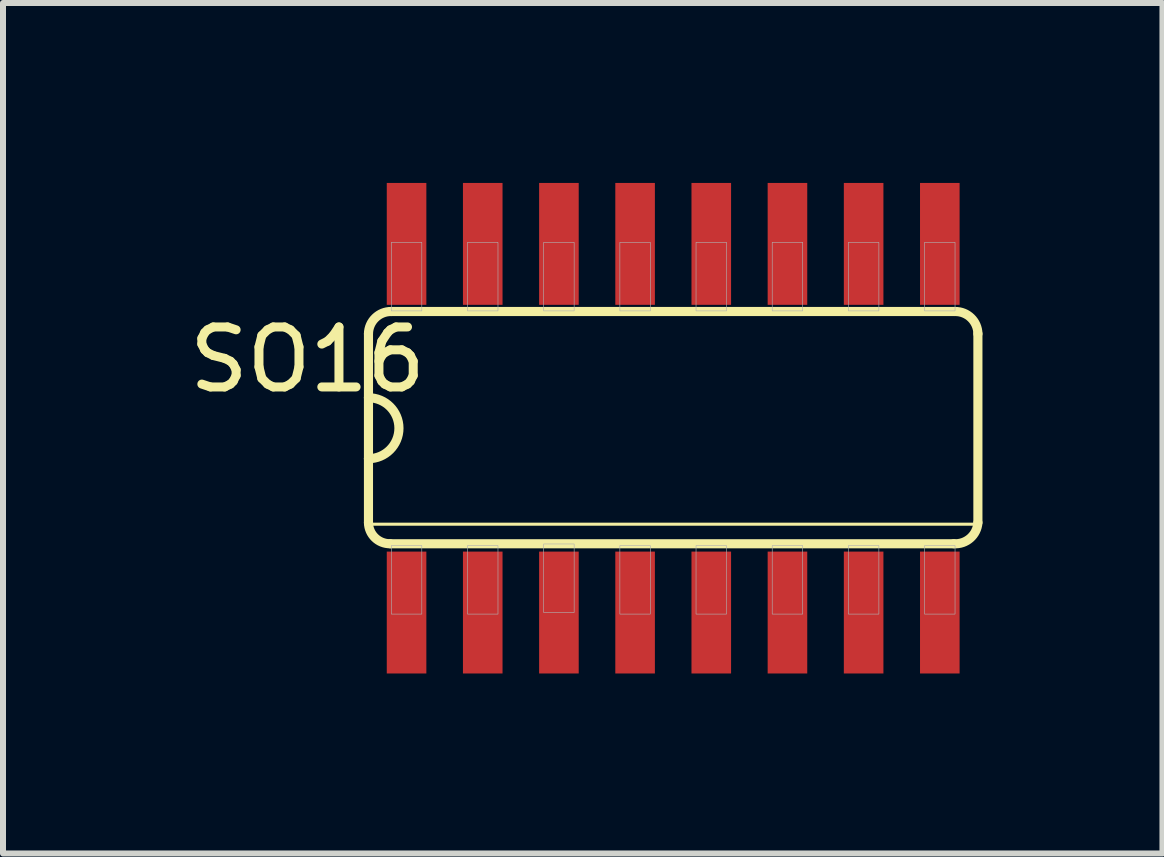
<source format=kicad_pcb>
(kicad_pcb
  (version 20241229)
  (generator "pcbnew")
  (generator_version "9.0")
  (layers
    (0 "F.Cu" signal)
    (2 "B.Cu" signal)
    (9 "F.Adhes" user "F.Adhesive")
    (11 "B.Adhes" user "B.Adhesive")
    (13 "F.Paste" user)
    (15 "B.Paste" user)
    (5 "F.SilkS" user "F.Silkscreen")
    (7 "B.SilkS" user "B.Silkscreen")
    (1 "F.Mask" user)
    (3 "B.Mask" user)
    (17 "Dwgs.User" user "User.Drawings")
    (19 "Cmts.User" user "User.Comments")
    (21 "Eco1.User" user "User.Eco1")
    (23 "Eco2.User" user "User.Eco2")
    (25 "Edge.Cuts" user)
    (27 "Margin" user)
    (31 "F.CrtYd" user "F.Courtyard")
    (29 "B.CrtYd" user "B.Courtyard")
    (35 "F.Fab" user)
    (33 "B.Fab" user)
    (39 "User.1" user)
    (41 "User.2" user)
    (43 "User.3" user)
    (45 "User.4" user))
  (footprint "SO16"
    (layer "F.Cu")
    (at 8.173 4.089)
    (property "Reference" "SO16" (at -6.096 -1.143 180) (layer "F.SilkS") (effects (font (size 1 1) (thickness 0.15))))
    (attr through_hole)
    (fp_line (start -5.08 -1.575) (end -5.08 -0.508) (stroke (width 0.152) (type solid)) (layer "F.SilkS"))
    (fp_line (start -5.08 -0.508) (end -5.08 0.508) (stroke (width 0.152) (type solid)) (layer "F.SilkS"))
    (fp_line (start -5.08 0.508) (end -5.08 1.575) (stroke (width 0.152) (type solid)) (layer "F.SilkS"))
    (fp_line (start -5.08 1.6) (end 5.08 1.6) (stroke (width 0.051) (type solid)) (layer "F.SilkS"))
    (fp_line (start -4.719 1.926) (end 4.679 1.926) (stroke (width 0.152) (type solid)) (layer "F.SilkS"))
    (fp_line (start 4.699 -1.946) (end -4.699 -1.946) (stroke (width 0.152) (type solid)) (layer "F.SilkS"))
    (fp_line (start 5.08 1.575) (end 5.08 -1.575) (stroke (width 0.152) (type solid)) (layer "F.SilkS"))
    (fp_arc (start -5.08 -1.5748) (mid -4.966337 -1.839208) (end -4.699 -1.9458) (stroke (width 0.1524) (type solid)) (layer "F.SilkS"))
    (fp_arc (start -5.08 -0.508) (mid -4.572 0) (end -5.08 0.508) (stroke (width 0.1524) (type solid)) (layer "F.SilkS"))
    (fp_arc (start -4.719 1.9258) (mid -4.972194 1.825066) (end -5.08 1.5748) (stroke (width 0.1524) (type solid)) (layer "F.SilkS"))
    (fp_arc (start 4.699 -1.9458) (mid 4.966337 -1.839208) (end 5.08 -1.5748) (stroke (width 0.1524) (type solid)) (layer "F.SilkS"))
    (fp_arc (start 5.08 1.5748) (mid 4.952194 1.83335) (end 4.679 1.9258) (stroke (width 0.1524) (type solid)) (layer "F.SilkS"))
    (fp_poly (pts (xy -4.699 -3.099) (xy -4.191 -3.099) (xy -4.191 -1.956) (xy -4.699 -1.956)) (stroke (width 0.01) (type solid)) (fill no) (layer "F.Fab"))
    (fp_poly (pts (xy -4.699 1.956) (xy -4.191 1.956) (xy -4.191 3.099) (xy -4.699 3.099)) (stroke (width 0.01) (type solid)) (fill no) (layer "F.Fab"))
    (fp_poly (pts (xy -3.429 -3.099) (xy -2.921 -3.099) (xy -2.921 -1.956) (xy -3.429 -1.956)) (stroke (width 0.01) (type solid)) (fill no) (layer "F.Fab"))
    (fp_poly (pts (xy -3.429 1.956) (xy -2.921 1.956) (xy -2.921 3.099) (xy -3.429 3.099)) (stroke (width 0.01) (type solid)) (fill no) (layer "F.Fab"))
    (fp_poly (pts (xy -2.159 -3.099) (xy -1.651 -3.099) (xy -1.651 -1.956) (xy -2.159 -1.956)) (stroke (width 0.01) (type solid)) (fill no) (layer "F.Fab"))
    (fp_poly (pts (xy -2.159 1.93) (xy -1.651 1.93) (xy -1.651 3.073) (xy -2.159 3.073)) (stroke (width 0.01) (type solid)) (fill no) (layer "F.Fab"))
    (fp_poly (pts (xy -0.889 -3.099) (xy -0.381 -3.099) (xy -0.381 -1.956) (xy -0.889 -1.956)) (stroke (width 0.01) (type solid)) (fill no) (layer "F.Fab"))
    (fp_poly (pts (xy -0.889 1.956) (xy -0.381 1.956) (xy -0.381 3.099) (xy -0.889 3.099)) (stroke (width 0.01) (type solid)) (fill no) (layer "F.Fab"))
    (fp_poly (pts (xy 0.381 -3.099) (xy 0.889 -3.099) (xy 0.889 -1.956) (xy 0.381 -1.956)) (stroke (width 0.01) (type solid)) (fill no) (layer "F.Fab"))
    (fp_poly (pts (xy 0.381 1.956) (xy 0.889 1.956) (xy 0.889 3.099) (xy 0.381 3.099)) (stroke (width 0.01) (type solid)) (fill no) (layer "F.Fab"))
    (fp_poly (pts (xy 1.651 -3.099) (xy 2.159 -3.099) (xy 2.159 -1.956) (xy 1.651 -1.956)) (stroke (width 0.01) (type solid)) (fill no) (layer "F.Fab"))
    (fp_poly (pts (xy 1.651 1.956) (xy 2.159 1.956) (xy 2.159 3.099) (xy 1.651 3.099)) (stroke (width 0.01) (type solid)) (fill no) (layer "F.Fab"))
    (fp_poly (pts (xy 2.921 -3.099) (xy 3.429 -3.099) (xy 3.429 -1.956) (xy 2.921 -1.956)) (stroke (width 0.01) (type solid)) (fill no) (layer "F.Fab"))
    (fp_poly (pts (xy 2.921 1.956) (xy 3.429 1.956) (xy 3.429 3.099) (xy 2.921 3.099)) (stroke (width 0.01) (type solid)) (fill no) (layer "F.Fab"))
    (fp_poly (pts (xy 4.191 -3.099) (xy 4.699 -3.099) (xy 4.699 -1.956) (xy 4.191 -1.956)) (stroke (width 0.01) (type solid)) (fill no) (layer "F.Fab"))
    (fp_poly (pts (xy 4.191 1.956) (xy 4.699 1.956) (xy 4.699 3.099) (xy 4.191 3.099)) (stroke (width 0.01) (type solid)) (fill no) (layer "F.Fab"))
    (pad "1" smd rect (at -4.445 3.073) (size 0.66 2.032) (layers "F.Cu" "F.Mask" "F.Paste"))
    (pad "2" smd rect (at -3.175 3.073) (size 0.66 2.032) (layers "F.Cu" "F.Mask" "F.Paste"))
    (pad "3" smd rect (at -1.905 3.073) (size 0.66 2.032) (layers "F.Cu" "F.Mask" "F.Paste"))
    (pad "4" smd rect (at -0.635 3.073) (size 0.66 2.032) (layers "F.Cu" "F.Mask" "F.Paste"))
    (pad "5" smd rect (at 0.635 3.073) (size 0.66 2.032) (layers "F.Cu" "F.Mask" "F.Paste"))
    (pad "6" smd rect (at 1.905 3.073) (size 0.66 2.032) (layers "F.Cu" "F.Mask" "F.Paste"))
    (pad "7" smd rect (at 3.175 3.073) (size 0.66 2.032) (layers "F.Cu" "F.Mask" "F.Paste"))
    (pad "8" smd rect (at 4.445 3.073) (size 0.66 2.032) (layers "F.Cu" "F.Mask" "F.Paste"))
    (pad "9" smd rect (at 4.445 -3.073) (size 0.66 2.032) (layers "F.Cu" "F.Mask" "F.Paste"))
    (pad "10" smd rect (at 3.175 -3.073) (size 0.66 2.032) (layers "F.Cu" "F.Mask" "F.Paste"))
    (pad "11" smd rect (at 1.905 -3.073) (size 0.66 2.032) (layers "F.Cu" "F.Mask" "F.Paste"))
    (pad "12" smd rect (at 0.635 -3.073) (size 0.66 2.032) (layers "F.Cu" "F.Mask" "F.Paste"))
    (pad "13" smd rect (at -0.635 -3.073) (size 0.66 2.032) (layers "F.Cu" "F.Mask" "F.Paste"))
    (pad "14" smd rect (at -1.905 -3.073) (size 0.66 2.032) (layers "F.Cu" "F.Mask" "F.Paste"))
    (pad "15" smd rect (at -3.175 -3.073) (size 0.66 2.032) (layers "F.Cu" "F.Mask" "F.Paste"))
    (pad "16" smd rect (at -4.445 -3.073) (size 0.66 2.032) (layers "F.Cu" "F.Mask" "F.Paste")))
  (gr_rect
    (start -3 -3)
    (end 16.33 11.179)
    (stroke (width 0.1) (type default))
    (fill no)
    (layer "Edge.Cuts")))
</source>
